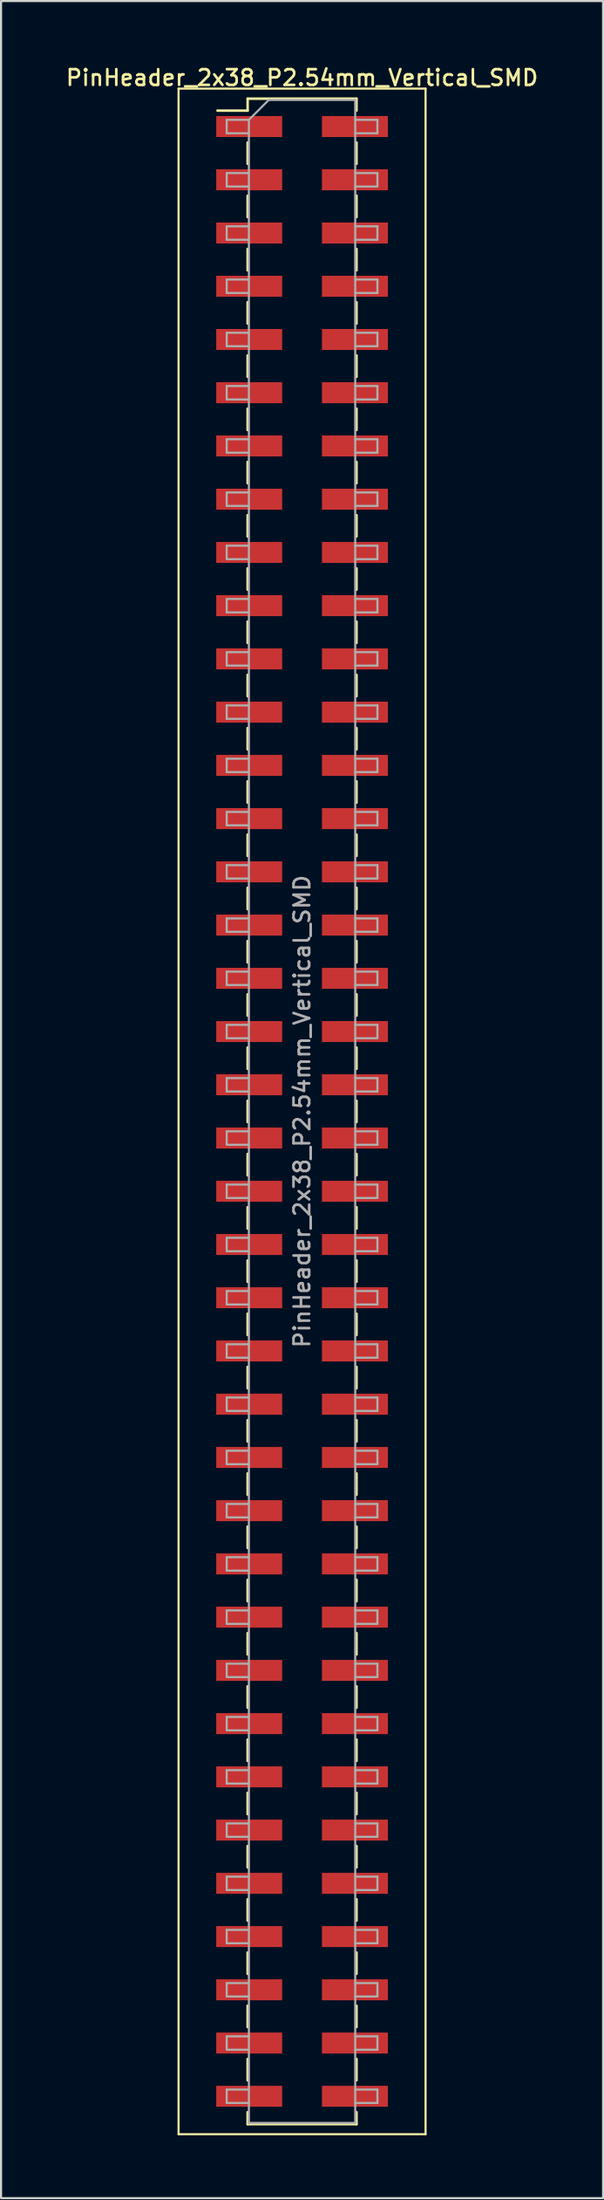
<source format=kicad_pcb>
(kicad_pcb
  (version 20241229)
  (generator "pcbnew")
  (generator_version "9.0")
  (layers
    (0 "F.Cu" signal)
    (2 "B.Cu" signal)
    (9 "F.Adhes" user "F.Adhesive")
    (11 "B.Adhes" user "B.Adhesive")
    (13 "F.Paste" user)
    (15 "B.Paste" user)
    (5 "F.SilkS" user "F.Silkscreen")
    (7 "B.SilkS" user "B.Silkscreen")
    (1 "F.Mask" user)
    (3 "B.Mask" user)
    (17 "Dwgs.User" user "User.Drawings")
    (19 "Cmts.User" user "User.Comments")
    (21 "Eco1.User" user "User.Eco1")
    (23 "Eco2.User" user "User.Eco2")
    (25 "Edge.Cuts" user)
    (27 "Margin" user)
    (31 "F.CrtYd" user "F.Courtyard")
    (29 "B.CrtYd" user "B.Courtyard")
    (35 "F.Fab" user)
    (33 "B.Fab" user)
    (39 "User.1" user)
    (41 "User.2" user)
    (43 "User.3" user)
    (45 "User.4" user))
  (footprint "PinHeader_2x38_P2.54mm_Vertical_SMD"
    (layer "F.Cu")
    (at 11.38 49.978)
    (property "Reference" "PinHeader_2x38_P2.54mm_Vertical_SMD" (at 0 -49.32 0) (layer "F.SilkS") (effects (font (size 0.75 0.75) (thickness 0.125))))
    (attr smd)
    (fp_line (start -5.9 -48.8) (end -5.9 48.8) (stroke (width 0.1) (type solid)) (layer "F.SilkS"))
    (fp_line (start -5.9 48.8) (end 5.9 48.8) (stroke (width 0.1) (type solid)) (layer "F.SilkS"))
    (fp_line (start -4.04 -47.75) (end -2.6 -47.75) (stroke (width 0.12) (type solid)) (layer "F.SilkS"))
    (fp_line (start -2.6 -48.32) (end -2.6 -47.75) (stroke (width 0.12) (type solid)) (layer "F.SilkS"))
    (fp_line (start -2.6 -48.32) (end 2.6 -48.32) (stroke (width 0.12) (type solid)) (layer "F.SilkS"))
    (fp_line (start -2.6 -46.23) (end -2.6 -45.21) (stroke (width 0.12) (type solid)) (layer "F.SilkS"))
    (fp_line (start -2.6 -43.69) (end -2.6 -42.67) (stroke (width 0.12) (type solid)) (layer "F.SilkS"))
    (fp_line (start -2.6 -41.15) (end -2.6 -40.13) (stroke (width 0.12) (type solid)) (layer "F.SilkS"))
    (fp_line (start -2.6 -38.61) (end -2.6 -37.59) (stroke (width 0.12) (type solid)) (layer "F.SilkS"))
    (fp_line (start -2.6 -36.07) (end -2.6 -35.05) (stroke (width 0.12) (type solid)) (layer "F.SilkS"))
    (fp_line (start -2.6 -33.53) (end -2.6 -32.51) (stroke (width 0.12) (type solid)) (layer "F.SilkS"))
    (fp_line (start -2.6 -30.99) (end -2.6 -29.97) (stroke (width 0.12) (type solid)) (layer "F.SilkS"))
    (fp_line (start -2.6 -28.45) (end -2.6 -27.43) (stroke (width 0.12) (type solid)) (layer "F.SilkS"))
    (fp_line (start -2.6 -25.91) (end -2.6 -24.89) (stroke (width 0.12) (type solid)) (layer "F.SilkS"))
    (fp_line (start -2.6 -23.37) (end -2.6 -22.35) (stroke (width 0.12) (type solid)) (layer "F.SilkS"))
    (fp_line (start -2.6 -20.83) (end -2.6 -19.81) (stroke (width 0.12) (type solid)) (layer "F.SilkS"))
    (fp_line (start -2.6 -18.29) (end -2.6 -17.27) (stroke (width 0.12) (type solid)) (layer "F.SilkS"))
    (fp_line (start -2.6 -15.75) (end -2.6 -14.73) (stroke (width 0.12) (type solid)) (layer "F.SilkS"))
    (fp_line (start -2.6 -13.21) (end -2.6 -12.19) (stroke (width 0.12) (type solid)) (layer "F.SilkS"))
    (fp_line (start -2.6 -10.67) (end -2.6 -9.65) (stroke (width 0.12) (type solid)) (layer "F.SilkS"))
    (fp_line (start -2.6 -8.13) (end -2.6 -7.11) (stroke (width 0.12) (type solid)) (layer "F.SilkS"))
    (fp_line (start -2.6 -5.59) (end -2.6 -4.57) (stroke (width 0.12) (type solid)) (layer "F.SilkS"))
    (fp_line (start -2.6 -3.05) (end -2.6 -2.03) (stroke (width 0.12) (type solid)) (layer "F.SilkS"))
    (fp_line (start -2.6 -0.51) (end -2.6 0.51) (stroke (width 0.12) (type solid)) (layer "F.SilkS"))
    (fp_line (start -2.6 2.03) (end -2.6 3.05) (stroke (width 0.12) (type solid)) (layer "F.SilkS"))
    (fp_line (start -2.6 4.57) (end -2.6 5.59) (stroke (width 0.12) (type solid)) (layer "F.SilkS"))
    (fp_line (start -2.6 7.11) (end -2.6 8.13) (stroke (width 0.12) (type solid)) (layer "F.SilkS"))
    (fp_line (start -2.6 9.65) (end -2.6 10.67) (stroke (width 0.12) (type solid)) (layer "F.SilkS"))
    (fp_line (start -2.6 12.19) (end -2.6 13.21) (stroke (width 0.12) (type solid)) (layer "F.SilkS"))
    (fp_line (start -2.6 14.73) (end -2.6 15.75) (stroke (width 0.12) (type solid)) (layer "F.SilkS"))
    (fp_line (start -2.6 17.27) (end -2.6 18.29) (stroke (width 0.12) (type solid)) (layer "F.SilkS"))
    (fp_line (start -2.6 19.81) (end -2.6 20.83) (stroke (width 0.12) (type solid)) (layer "F.SilkS"))
    (fp_line (start -2.6 22.35) (end -2.6 23.37) (stroke (width 0.12) (type solid)) (layer "F.SilkS"))
    (fp_line (start -2.6 24.89) (end -2.6 25.91) (stroke (width 0.12) (type solid)) (layer "F.SilkS"))
    (fp_line (start -2.6 27.43) (end -2.6 28.45) (stroke (width 0.12) (type solid)) (layer "F.SilkS"))
    (fp_line (start -2.6 29.97) (end -2.6 30.99) (stroke (width 0.12) (type solid)) (layer "F.SilkS"))
    (fp_line (start -2.6 32.51) (end -2.6 33.53) (stroke (width 0.12) (type solid)) (layer "F.SilkS"))
    (fp_line (start -2.6 35.05) (end -2.6 36.07) (stroke (width 0.12) (type solid)) (layer "F.SilkS"))
    (fp_line (start -2.6 37.59) (end -2.6 38.61) (stroke (width 0.12) (type solid)) (layer "F.SilkS"))
    (fp_line (start -2.6 40.13) (end -2.6 41.15) (stroke (width 0.12) (type solid)) (layer "F.SilkS"))
    (fp_line (start -2.6 42.67) (end -2.6 43.69) (stroke (width 0.12) (type solid)) (layer "F.SilkS"))
    (fp_line (start -2.6 45.21) (end -2.6 46.23) (stroke (width 0.12) (type solid)) (layer "F.SilkS"))
    (fp_line (start -2.6 47.75) (end -2.6 48.32) (stroke (width 0.12) (type solid)) (layer "F.SilkS"))
    (fp_line (start -2.6 48.32) (end 2.6 48.32) (stroke (width 0.12) (type solid)) (layer "F.SilkS"))
    (fp_line (start 2.6 -48.32) (end 2.6 -47.75) (stroke (width 0.12) (type solid)) (layer "F.SilkS"))
    (fp_line (start 2.6 -46.23) (end 2.6 -45.21) (stroke (width 0.12) (type solid)) (layer "F.SilkS"))
    (fp_line (start 2.6 -43.69) (end 2.6 -42.67) (stroke (width 0.12) (type solid)) (layer "F.SilkS"))
    (fp_line (start 2.6 -41.15) (end 2.6 -40.13) (stroke (width 0.12) (type solid)) (layer "F.SilkS"))
    (fp_line (start 2.6 -38.61) (end 2.6 -37.59) (stroke (width 0.12) (type solid)) (layer "F.SilkS"))
    (fp_line (start 2.6 -36.07) (end 2.6 -35.05) (stroke (width 0.12) (type solid)) (layer "F.SilkS"))
    (fp_line (start 2.6 -33.53) (end 2.6 -32.51) (stroke (width 0.12) (type solid)) (layer "F.SilkS"))
    (fp_line (start 2.6 -30.99) (end 2.6 -29.97) (stroke (width 0.12) (type solid)) (layer "F.SilkS"))
    (fp_line (start 2.6 -28.45) (end 2.6 -27.43) (stroke (width 0.12) (type solid)) (layer "F.SilkS"))
    (fp_line (start 2.6 -25.91) (end 2.6 -24.89) (stroke (width 0.12) (type solid)) (layer "F.SilkS"))
    (fp_line (start 2.6 -23.37) (end 2.6 -22.35) (stroke (width 0.12) (type solid)) (layer "F.SilkS"))
    (fp_line (start 2.6 -20.83) (end 2.6 -19.81) (stroke (width 0.12) (type solid)) (layer "F.SilkS"))
    (fp_line (start 2.6 -18.29) (end 2.6 -17.27) (stroke (width 0.12) (type solid)) (layer "F.SilkS"))
    (fp_line (start 2.6 -15.75) (end 2.6 -14.73) (stroke (width 0.12) (type solid)) (layer "F.SilkS"))
    (fp_line (start 2.6 -13.21) (end 2.6 -12.19) (stroke (width 0.12) (type solid)) (layer "F.SilkS"))
    (fp_line (start 2.6 -10.67) (end 2.6 -9.65) (stroke (width 0.12) (type solid)) (layer "F.SilkS"))
    (fp_line (start 2.6 -8.13) (end 2.6 -7.11) (stroke (width 0.12) (type solid)) (layer "F.SilkS"))
    (fp_line (start 2.6 -5.59) (end 2.6 -4.57) (stroke (width 0.12) (type solid)) (layer "F.SilkS"))
    (fp_line (start 2.6 -3.05) (end 2.6 -2.03) (stroke (width 0.12) (type solid)) (layer "F.SilkS"))
    (fp_line (start 2.6 -0.51) (end 2.6 0.51) (stroke (width 0.12) (type solid)) (layer "F.SilkS"))
    (fp_line (start 2.6 2.03) (end 2.6 3.05) (stroke (width 0.12) (type solid)) (layer "F.SilkS"))
    (fp_line (start 2.6 4.57) (end 2.6 5.59) (stroke (width 0.12) (type solid)) (layer "F.SilkS"))
    (fp_line (start 2.6 7.11) (end 2.6 8.13) (stroke (width 0.12) (type solid)) (layer "F.SilkS"))
    (fp_line (start 2.6 9.65) (end 2.6 10.67) (stroke (width 0.12) (type solid)) (layer "F.SilkS"))
    (fp_line (start 2.6 12.19) (end 2.6 13.21) (stroke (width 0.12) (type solid)) (layer "F.SilkS"))
    (fp_line (start 2.6 14.73) (end 2.6 15.75) (stroke (width 0.12) (type solid)) (layer "F.SilkS"))
    (fp_line (start 2.6 17.27) (end 2.6 18.29) (stroke (width 0.12) (type solid)) (layer "F.SilkS"))
    (fp_line (start 2.6 19.81) (end 2.6 20.83) (stroke (width 0.12) (type solid)) (layer "F.SilkS"))
    (fp_line (start 2.6 22.35) (end 2.6 23.37) (stroke (width 0.12) (type solid)) (layer "F.SilkS"))
    (fp_line (start 2.6 24.89) (end 2.6 25.91) (stroke (width 0.12) (type solid)) (layer "F.SilkS"))
    (fp_line (start 2.6 27.43) (end 2.6 28.45) (stroke (width 0.12) (type solid)) (layer "F.SilkS"))
    (fp_line (start 2.6 29.97) (end 2.6 30.99) (stroke (width 0.12) (type solid)) (layer "F.SilkS"))
    (fp_line (start 2.6 32.51) (end 2.6 33.53) (stroke (width 0.12) (type solid)) (layer "F.SilkS"))
    (fp_line (start 2.6 35.05) (end 2.6 36.07) (stroke (width 0.12) (type solid)) (layer "F.SilkS"))
    (fp_line (start 2.6 37.59) (end 2.6 38.61) (stroke (width 0.12) (type solid)) (layer "F.SilkS"))
    (fp_line (start 2.6 40.13) (end 2.6 41.15) (stroke (width 0.12) (type solid)) (layer "F.SilkS"))
    (fp_line (start 2.6 42.67) (end 2.6 43.69) (stroke (width 0.12) (type solid)) (layer "F.SilkS"))
    (fp_line (start 2.6 45.21) (end 2.6 46.23) (stroke (width 0.12) (type solid)) (layer "F.SilkS"))
    (fp_line (start 2.6 47.75) (end 2.6 48.32) (stroke (width 0.12) (type solid)) (layer "F.SilkS"))
    (fp_line (start 5.9 -48.8) (end -5.9 -48.8) (stroke (width 0.1) (type solid)) (layer "F.SilkS"))
    (fp_line (start 5.9 48.8) (end 5.9 -48.8) (stroke (width 0.1) (type solid)) (layer "F.SilkS"))
    (fp_line (start -3.6 -47.31) (end -3.6 -46.67) (stroke (width 0.1) (type solid)) (layer "F.Fab"))
    (fp_line (start -3.6 -46.67) (end -2.54 -46.67) (stroke (width 0.1) (type solid)) (layer "F.Fab"))
    (fp_line (start -3.6 -44.77) (end -3.6 -44.13) (stroke (width 0.1) (type solid)) (layer "F.Fab"))
    (fp_line (start -3.6 -44.13) (end -2.54 -44.13) (stroke (width 0.1) (type solid)) (layer "F.Fab"))
    (fp_line (start -3.6 -42.23) (end -3.6 -41.59) (stroke (width 0.1) (type solid)) (layer "F.Fab"))
    (fp_line (start -3.6 -41.59) (end -2.54 -41.59) (stroke (width 0.1) (type solid)) (layer "F.Fab"))
    (fp_line (start -3.6 -39.69) (end -3.6 -39.05) (stroke (width 0.1) (type solid)) (layer "F.Fab"))
    (fp_line (start -3.6 -39.05) (end -2.54 -39.05) (stroke (width 0.1) (type solid)) (layer "F.Fab"))
    (fp_line (start -3.6 -37.15) (end -3.6 -36.51) (stroke (width 0.1) (type solid)) (layer "F.Fab"))
    (fp_line (start -3.6 -36.51) (end -2.54 -36.51) (stroke (width 0.1) (type solid)) (layer "F.Fab"))
    (fp_line (start -3.6 -34.61) (end -3.6 -33.97) (stroke (width 0.1) (type solid)) (layer "F.Fab"))
    (fp_line (start -3.6 -33.97) (end -2.54 -33.97) (stroke (width 0.1) (type solid)) (layer "F.Fab"))
    (fp_line (start -3.6 -32.07) (end -3.6 -31.43) (stroke (width 0.1) (type solid)) (layer "F.Fab"))
    (fp_line (start -3.6 -31.43) (end -2.54 -31.43) (stroke (width 0.1) (type solid)) (layer "F.Fab"))
    (fp_line (start -3.6 -29.53) (end -3.6 -28.89) (stroke (width 0.1) (type solid)) (layer "F.Fab"))
    (fp_line (start -3.6 -28.89) (end -2.54 -28.89) (stroke (width 0.1) (type solid)) (layer "F.Fab"))
    (fp_line (start -3.6 -26.99) (end -3.6 -26.35) (stroke (width 0.1) (type solid)) (layer "F.Fab"))
    (fp_line (start -3.6 -26.35) (end -2.54 -26.35) (stroke (width 0.1) (type solid)) (layer "F.Fab"))
    (fp_line (start -3.6 -24.45) (end -3.6 -23.81) (stroke (width 0.1) (type solid)) (layer "F.Fab"))
    (fp_line (start -3.6 -23.81) (end -2.54 -23.81) (stroke (width 0.1) (type solid)) (layer "F.Fab"))
    (fp_line (start -3.6 -21.91) (end -3.6 -21.27) (stroke (width 0.1) (type solid)) (layer "F.Fab"))
    (fp_line (start -3.6 -21.27) (end -2.54 -21.27) (stroke (width 0.1) (type solid)) (layer "F.Fab"))
    (fp_line (start -3.6 -19.37) (end -3.6 -18.73) (stroke (width 0.1) (type solid)) (layer "F.Fab"))
    (fp_line (start -3.6 -18.73) (end -2.54 -18.73) (stroke (width 0.1) (type solid)) (layer "F.Fab"))
    (fp_line (start -3.6 -16.83) (end -3.6 -16.19) (stroke (width 0.1) (type solid)) (layer "F.Fab"))
    (fp_line (start -3.6 -16.19) (end -2.54 -16.19) (stroke (width 0.1) (type solid)) (layer "F.Fab"))
    (fp_line (start -3.6 -14.29) (end -3.6 -13.65) (stroke (width 0.1) (type solid)) (layer "F.Fab"))
    (fp_line (start -3.6 -13.65) (end -2.54 -13.65) (stroke (width 0.1) (type solid)) (layer "F.Fab"))
    (fp_line (start -3.6 -11.75) (end -3.6 -11.11) (stroke (width 0.1) (type solid)) (layer "F.Fab"))
    (fp_line (start -3.6 -11.11) (end -2.54 -11.11) (stroke (width 0.1) (type solid)) (layer "F.Fab"))
    (fp_line (start -3.6 -9.21) (end -3.6 -8.57) (stroke (width 0.1) (type solid)) (layer "F.Fab"))
    (fp_line (start -3.6 -8.57) (end -2.54 -8.57) (stroke (width 0.1) (type solid)) (layer "F.Fab"))
    (fp_line (start -3.6 -6.67) (end -3.6 -6.03) (stroke (width 0.1) (type solid)) (layer "F.Fab"))
    (fp_line (start -3.6 -6.03) (end -2.54 -6.03) (stroke (width 0.1) (type solid)) (layer "F.Fab"))
    (fp_line (start -3.6 -4.13) (end -3.6 -3.49) (stroke (width 0.1) (type solid)) (layer "F.Fab"))
    (fp_line (start -3.6 -3.49) (end -2.54 -3.49) (stroke (width 0.1) (type solid)) (layer "F.Fab"))
    (fp_line (start -3.6 -1.59) (end -3.6 -0.95) (stroke (width 0.1) (type solid)) (layer "F.Fab"))
    (fp_line (start -3.6 -0.95) (end -2.54 -0.95) (stroke (width 0.1) (type solid)) (layer "F.Fab"))
    (fp_line (start -3.6 0.95) (end -3.6 1.59) (stroke (width 0.1) (type solid)) (layer "F.Fab"))
    (fp_line (start -3.6 1.59) (end -2.54 1.59) (stroke (width 0.1) (type solid)) (layer "F.Fab"))
    (fp_line (start -3.6 3.49) (end -3.6 4.13) (stroke (width 0.1) (type solid)) (layer "F.Fab"))
    (fp_line (start -3.6 4.13) (end -2.54 4.13) (stroke (width 0.1) (type solid)) (layer "F.Fab"))
    (fp_line (start -3.6 6.03) (end -3.6 6.67) (stroke (width 0.1) (type solid)) (layer "F.Fab"))
    (fp_line (start -3.6 6.67) (end -2.54 6.67) (stroke (width 0.1) (type solid)) (layer "F.Fab"))
    (fp_line (start -3.6 8.57) (end -3.6 9.21) (stroke (width 0.1) (type solid)) (layer "F.Fab"))
    (fp_line (start -3.6 9.21) (end -2.54 9.21) (stroke (width 0.1) (type solid)) (layer "F.Fab"))
    (fp_line (start -3.6 11.11) (end -3.6 11.75) (stroke (width 0.1) (type solid)) (layer "F.Fab"))
    (fp_line (start -3.6 11.75) (end -2.54 11.75) (stroke (width 0.1) (type solid)) (layer "F.Fab"))
    (fp_line (start -3.6 13.65) (end -3.6 14.29) (stroke (width 0.1) (type solid)) (layer "F.Fab"))
    (fp_line (start -3.6 14.29) (end -2.54 14.29) (stroke (width 0.1) (type solid)) (layer "F.Fab"))
    (fp_line (start -3.6 16.19) (end -3.6 16.83) (stroke (width 0.1) (type solid)) (layer "F.Fab"))
    (fp_line (start -3.6 16.83) (end -2.54 16.83) (stroke (width 0.1) (type solid)) (layer "F.Fab"))
    (fp_line (start -3.6 18.73) (end -3.6 19.37) (stroke (width 0.1) (type solid)) (layer "F.Fab"))
    (fp_line (start -3.6 19.37) (end -2.54 19.37) (stroke (width 0.1) (type solid)) (layer "F.Fab"))
    (fp_line (start -3.6 21.27) (end -3.6 21.91) (stroke (width 0.1) (type solid)) (layer "F.Fab"))
    (fp_line (start -3.6 21.91) (end -2.54 21.91) (stroke (width 0.1) (type solid)) (layer "F.Fab"))
    (fp_line (start -3.6 23.81) (end -3.6 24.45) (stroke (width 0.1) (type solid)) (layer "F.Fab"))
    (fp_line (start -3.6 24.45) (end -2.54 24.45) (stroke (width 0.1) (type solid)) (layer "F.Fab"))
    (fp_line (start -3.6 26.35) (end -3.6 26.99) (stroke (width 0.1) (type solid)) (layer "F.Fab"))
    (fp_line (start -3.6 26.99) (end -2.54 26.99) (stroke (width 0.1) (type solid)) (layer "F.Fab"))
    (fp_line (start -3.6 28.89) (end -3.6 29.53) (stroke (width 0.1) (type solid)) (layer "F.Fab"))
    (fp_line (start -3.6 29.53) (end -2.54 29.53) (stroke (width 0.1) (type solid)) (layer "F.Fab"))
    (fp_line (start -3.6 31.43) (end -3.6 32.07) (stroke (width 0.1) (type solid)) (layer "F.Fab"))
    (fp_line (start -3.6 32.07) (end -2.54 32.07) (stroke (width 0.1) (type solid)) (layer "F.Fab"))
    (fp_line (start -3.6 33.97) (end -3.6 34.61) (stroke (width 0.1) (type solid)) (layer "F.Fab"))
    (fp_line (start -3.6 34.61) (end -2.54 34.61) (stroke (width 0.1) (type solid)) (layer "F.Fab"))
    (fp_line (start -3.6 36.51) (end -3.6 37.15) (stroke (width 0.1) (type solid)) (layer "F.Fab"))
    (fp_line (start -3.6 37.15) (end -2.54 37.15) (stroke (width 0.1) (type solid)) (layer "F.Fab"))
    (fp_line (start -3.6 39.05) (end -3.6 39.69) (stroke (width 0.1) (type solid)) (layer "F.Fab"))
    (fp_line (start -3.6 39.69) (end -2.54 39.69) (stroke (width 0.1) (type solid)) (layer "F.Fab"))
    (fp_line (start -3.6 41.59) (end -3.6 42.23) (stroke (width 0.1) (type solid)) (layer "F.Fab"))
    (fp_line (start -3.6 42.23) (end -2.54 42.23) (stroke (width 0.1) (type solid)) (layer "F.Fab"))
    (fp_line (start -3.6 44.13) (end -3.6 44.77) (stroke (width 0.1) (type solid)) (layer "F.Fab"))
    (fp_line (start -3.6 44.77) (end -2.54 44.77) (stroke (width 0.1) (type solid)) (layer "F.Fab"))
    (fp_line (start -3.6 46.67) (end -3.6 47.31) (stroke (width 0.1) (type solid)) (layer "F.Fab"))
    (fp_line (start -3.6 47.31) (end -2.54 47.31) (stroke (width 0.1) (type solid)) (layer "F.Fab"))
    (fp_line (start -2.54 -47.31) (end -3.6 -47.31) (stroke (width 0.1) (type solid)) (layer "F.Fab"))
    (fp_line (start -2.54 -47.31) (end -1.59 -48.26) (stroke (width 0.1) (type solid)) (layer "F.Fab"))
    (fp_line (start -2.54 -44.77) (end -3.6 -44.77) (stroke (width 0.1) (type solid)) (layer "F.Fab"))
    (fp_line (start -2.54 -42.23) (end -3.6 -42.23) (stroke (width 0.1) (type solid)) (layer "F.Fab"))
    (fp_line (start -2.54 -39.69) (end -3.6 -39.69) (stroke (width 0.1) (type solid)) (layer "F.Fab"))
    (fp_line (start -2.54 -37.15) (end -3.6 -37.15) (stroke (width 0.1) (type solid)) (layer "F.Fab"))
    (fp_line (start -2.54 -34.61) (end -3.6 -34.61) (stroke (width 0.1) (type solid)) (layer "F.Fab"))
    (fp_line (start -2.54 -32.07) (end -3.6 -32.07) (stroke (width 0.1) (type solid)) (layer "F.Fab"))
    (fp_line (start -2.54 -29.53) (end -3.6 -29.53) (stroke (width 0.1) (type solid)) (layer "F.Fab"))
    (fp_line (start -2.54 -26.99) (end -3.6 -26.99) (stroke (width 0.1) (type solid)) (layer "F.Fab"))
    (fp_line (start -2.54 -24.45) (end -3.6 -24.45) (stroke (width 0.1) (type solid)) (layer "F.Fab"))
    (fp_line (start -2.54 -21.91) (end -3.6 -21.91) (stroke (width 0.1) (type solid)) (layer "F.Fab"))
    (fp_line (start -2.54 -19.37) (end -3.6 -19.37) (stroke (width 0.1) (type solid)) (layer "F.Fab"))
    (fp_line (start -2.54 -16.83) (end -3.6 -16.83) (stroke (width 0.1) (type solid)) (layer "F.Fab"))
    (fp_line (start -2.54 -14.29) (end -3.6 -14.29) (stroke (width 0.1) (type solid)) (layer "F.Fab"))
    (fp_line (start -2.54 -11.75) (end -3.6 -11.75) (stroke (width 0.1) (type solid)) (layer "F.Fab"))
    (fp_line (start -2.54 -9.21) (end -3.6 -9.21) (stroke (width 0.1) (type solid)) (layer "F.Fab"))
    (fp_line (start -2.54 -6.67) (end -3.6 -6.67) (stroke (width 0.1) (type solid)) (layer "F.Fab"))
    (fp_line (start -2.54 -4.13) (end -3.6 -4.13) (stroke (width 0.1) (type solid)) (layer "F.Fab"))
    (fp_line (start -2.54 -1.59) (end -3.6 -1.59) (stroke (width 0.1) (type solid)) (layer "F.Fab"))
    (fp_line (start -2.54 0.95) (end -3.6 0.95) (stroke (width 0.1) (type solid)) (layer "F.Fab"))
    (fp_line (start -2.54 3.49) (end -3.6 3.49) (stroke (width 0.1) (type solid)) (layer "F.Fab"))
    (fp_line (start -2.54 6.03) (end -3.6 6.03) (stroke (width 0.1) (type solid)) (layer "F.Fab"))
    (fp_line (start -2.54 8.57) (end -3.6 8.57) (stroke (width 0.1) (type solid)) (layer "F.Fab"))
    (fp_line (start -2.54 11.11) (end -3.6 11.11) (stroke (width 0.1) (type solid)) (layer "F.Fab"))
    (fp_line (start -2.54 13.65) (end -3.6 13.65) (stroke (width 0.1) (type solid)) (layer "F.Fab"))
    (fp_line (start -2.54 16.19) (end -3.6 16.19) (stroke (width 0.1) (type solid)) (layer "F.Fab"))
    (fp_line (start -2.54 18.73) (end -3.6 18.73) (stroke (width 0.1) (type solid)) (layer "F.Fab"))
    (fp_line (start -2.54 21.27) (end -3.6 21.27) (stroke (width 0.1) (type solid)) (layer "F.Fab"))
    (fp_line (start -2.54 23.81) (end -3.6 23.81) (stroke (width 0.1) (type solid)) (layer "F.Fab"))
    (fp_line (start -2.54 26.35) (end -3.6 26.35) (stroke (width 0.1) (type solid)) (layer "F.Fab"))
    (fp_line (start -2.54 28.89) (end -3.6 28.89) (stroke (width 0.1) (type solid)) (layer "F.Fab"))
    (fp_line (start -2.54 31.43) (end -3.6 31.43) (stroke (width 0.1) (type solid)) (layer "F.Fab"))
    (fp_line (start -2.54 33.97) (end -3.6 33.97) (stroke (width 0.1) (type solid)) (layer "F.Fab"))
    (fp_line (start -2.54 36.51) (end -3.6 36.51) (stroke (width 0.1) (type solid)) (layer "F.Fab"))
    (fp_line (start -2.54 39.05) (end -3.6 39.05) (stroke (width 0.1) (type solid)) (layer "F.Fab"))
    (fp_line (start -2.54 41.59) (end -3.6 41.59) (stroke (width 0.1) (type solid)) (layer "F.Fab"))
    (fp_line (start -2.54 44.13) (end -3.6 44.13) (stroke (width 0.1) (type solid)) (layer "F.Fab"))
    (fp_line (start -2.54 46.67) (end -3.6 46.67) (stroke (width 0.1) (type solid)) (layer "F.Fab"))
    (fp_line (start -2.54 48.26) (end -2.54 -47.31) (stroke (width 0.1) (type solid)) (layer "F.Fab"))
    (fp_line (start -1.59 -48.26) (end 2.54 -48.26) (stroke (width 0.1) (type solid)) (layer "F.Fab"))
    (fp_line (start 2.54 -48.26) (end 2.54 48.26) (stroke (width 0.1) (type solid)) (layer "F.Fab"))
    (fp_line (start 2.54 -47.31) (end 3.6 -47.31) (stroke (width 0.1) (type solid)) (layer "F.Fab"))
    (fp_line (start 2.54 -44.77) (end 3.6 -44.77) (stroke (width 0.1) (type solid)) (layer "F.Fab"))
    (fp_line (start 2.54 -42.23) (end 3.6 -42.23) (stroke (width 0.1) (type solid)) (layer "F.Fab"))
    (fp_line (start 2.54 -39.69) (end 3.6 -39.69) (stroke (width 0.1) (type solid)) (layer "F.Fab"))
    (fp_line (start 2.54 -37.15) (end 3.6 -37.15) (stroke (width 0.1) (type solid)) (layer "F.Fab"))
    (fp_line (start 2.54 -34.61) (end 3.6 -34.61) (stroke (width 0.1) (type solid)) (layer "F.Fab"))
    (fp_line (start 2.54 -32.07) (end 3.6 -32.07) (stroke (width 0.1) (type solid)) (layer "F.Fab"))
    (fp_line (start 2.54 -29.53) (end 3.6 -29.53) (stroke (width 0.1) (type solid)) (layer "F.Fab"))
    (fp_line (start 2.54 -26.99) (end 3.6 -26.99) (stroke (width 0.1) (type solid)) (layer "F.Fab"))
    (fp_line (start 2.54 -24.45) (end 3.6 -24.45) (stroke (width 0.1) (type solid)) (layer "F.Fab"))
    (fp_line (start 2.54 -21.91) (end 3.6 -21.91) (stroke (width 0.1) (type solid)) (layer "F.Fab"))
    (fp_line (start 2.54 -19.37) (end 3.6 -19.37) (stroke (width 0.1) (type solid)) (layer "F.Fab"))
    (fp_line (start 2.54 -16.83) (end 3.6 -16.83) (stroke (width 0.1) (type solid)) (layer "F.Fab"))
    (fp_line (start 2.54 -14.29) (end 3.6 -14.29) (stroke (width 0.1) (type solid)) (layer "F.Fab"))
    (fp_line (start 2.54 -11.75) (end 3.6 -11.75) (stroke (width 0.1) (type solid)) (layer "F.Fab"))
    (fp_line (start 2.54 -9.21) (end 3.6 -9.21) (stroke (width 0.1) (type solid)) (layer "F.Fab"))
    (fp_line (start 2.54 -6.67) (end 3.6 -6.67) (stroke (width 0.1) (type solid)) (layer "F.Fab"))
    (fp_line (start 2.54 -4.13) (end 3.6 -4.13) (stroke (width 0.1) (type solid)) (layer "F.Fab"))
    (fp_line (start 2.54 -1.59) (end 3.6 -1.59) (stroke (width 0.1) (type solid)) (layer "F.Fab"))
    (fp_line (start 2.54 0.95) (end 3.6 0.95) (stroke (width 0.1) (type solid)) (layer "F.Fab"))
    (fp_line (start 2.54 3.49) (end 3.6 3.49) (stroke (width 0.1) (type solid)) (layer "F.Fab"))
    (fp_line (start 2.54 6.03) (end 3.6 6.03) (stroke (width 0.1) (type solid)) (layer "F.Fab"))
    (fp_line (start 2.54 8.57) (end 3.6 8.57) (stroke (width 0.1) (type solid)) (layer "F.Fab"))
    (fp_line (start 2.54 11.11) (end 3.6 11.11) (stroke (width 0.1) (type solid)) (layer "F.Fab"))
    (fp_line (start 2.54 13.65) (end 3.6 13.65) (stroke (width 0.1) (type solid)) (layer "F.Fab"))
    (fp_line (start 2.54 16.19) (end 3.6 16.19) (stroke (width 0.1) (type solid)) (layer "F.Fab"))
    (fp_line (start 2.54 18.73) (end 3.6 18.73) (stroke (width 0.1) (type solid)) (layer "F.Fab"))
    (fp_line (start 2.54 21.27) (end 3.6 21.27) (stroke (width 0.1) (type solid)) (layer "F.Fab"))
    (fp_line (start 2.54 23.81) (end 3.6 23.81) (stroke (width 0.1) (type solid)) (layer "F.Fab"))
    (fp_line (start 2.54 26.35) (end 3.6 26.35) (stroke (width 0.1) (type solid)) (layer "F.Fab"))
    (fp_line (start 2.54 28.89) (end 3.6 28.89) (stroke (width 0.1) (type solid)) (layer "F.Fab"))
    (fp_line (start 2.54 31.43) (end 3.6 31.43) (stroke (width 0.1) (type solid)) (layer "F.Fab"))
    (fp_line (start 2.54 33.97) (end 3.6 33.97) (stroke (width 0.1) (type solid)) (layer "F.Fab"))
    (fp_line (start 2.54 36.51) (end 3.6 36.51) (stroke (width 0.1) (type solid)) (layer "F.Fab"))
    (fp_line (start 2.54 39.05) (end 3.6 39.05) (stroke (width 0.1) (type solid)) (layer "F.Fab"))
    (fp_line (start 2.54 41.59) (end 3.6 41.59) (stroke (width 0.1) (type solid)) (layer "F.Fab"))
    (fp_line (start 2.54 44.13) (end 3.6 44.13) (stroke (width 0.1) (type solid)) (layer "F.Fab"))
    (fp_line (start 2.54 46.67) (end 3.6 46.67) (stroke (width 0.1) (type solid)) (layer "F.Fab"))
    (fp_line (start 2.54 48.26) (end -2.54 48.26) (stroke (width 0.1) (type solid)) (layer "F.Fab"))
    (fp_line (start 3.6 -47.31) (end 3.6 -46.67) (stroke (width 0.1) (type solid)) (layer "F.Fab"))
    (fp_line (start 3.6 -46.67) (end 2.54 -46.67) (stroke (width 0.1) (type solid)) (layer "F.Fab"))
    (fp_line (start 3.6 -44.77) (end 3.6 -44.13) (stroke (width 0.1) (type solid)) (layer "F.Fab"))
    (fp_line (start 3.6 -44.13) (end 2.54 -44.13) (stroke (width 0.1) (type solid)) (layer "F.Fab"))
    (fp_line (start 3.6 -42.23) (end 3.6 -41.59) (stroke (width 0.1) (type solid)) (layer "F.Fab"))
    (fp_line (start 3.6 -41.59) (end 2.54 -41.59) (stroke (width 0.1) (type solid)) (layer "F.Fab"))
    (fp_line (start 3.6 -39.69) (end 3.6 -39.05) (stroke (width 0.1) (type solid)) (layer "F.Fab"))
    (fp_line (start 3.6 -39.05) (end 2.54 -39.05) (stroke (width 0.1) (type solid)) (layer "F.Fab"))
    (fp_line (start 3.6 -37.15) (end 3.6 -36.51) (stroke (width 0.1) (type solid)) (layer "F.Fab"))
    (fp_line (start 3.6 -36.51) (end 2.54 -36.51) (stroke (width 0.1) (type solid)) (layer "F.Fab"))
    (fp_line (start 3.6 -34.61) (end 3.6 -33.97) (stroke (width 0.1) (type solid)) (layer "F.Fab"))
    (fp_line (start 3.6 -33.97) (end 2.54 -33.97) (stroke (width 0.1) (type solid)) (layer "F.Fab"))
    (fp_line (start 3.6 -32.07) (end 3.6 -31.43) (stroke (width 0.1) (type solid)) (layer "F.Fab"))
    (fp_line (start 3.6 -31.43) (end 2.54 -31.43) (stroke (width 0.1) (type solid)) (layer "F.Fab"))
    (fp_line (start 3.6 -29.53) (end 3.6 -28.89) (stroke (width 0.1) (type solid)) (layer "F.Fab"))
    (fp_line (start 3.6 -28.89) (end 2.54 -28.89) (stroke (width 0.1) (type solid)) (layer "F.Fab"))
    (fp_line (start 3.6 -26.99) (end 3.6 -26.35) (stroke (width 0.1) (type solid)) (layer "F.Fab"))
    (fp_line (start 3.6 -26.35) (end 2.54 -26.35) (stroke (width 0.1) (type solid)) (layer "F.Fab"))
    (fp_line (start 3.6 -24.45) (end 3.6 -23.81) (stroke (width 0.1) (type solid)) (layer "F.Fab"))
    (fp_line (start 3.6 -23.81) (end 2.54 -23.81) (stroke (width 0.1) (type solid)) (layer "F.Fab"))
    (fp_line (start 3.6 -21.91) (end 3.6 -21.27) (stroke (width 0.1) (type solid)) (layer "F.Fab"))
    (fp_line (start 3.6 -21.27) (end 2.54 -21.27) (stroke (width 0.1) (type solid)) (layer "F.Fab"))
    (fp_line (start 3.6 -19.37) (end 3.6 -18.73) (stroke (width 0.1) (type solid)) (layer "F.Fab"))
    (fp_line (start 3.6 -18.73) (end 2.54 -18.73) (stroke (width 0.1) (type solid)) (layer "F.Fab"))
    (fp_line (start 3.6 -16.83) (end 3.6 -16.19) (stroke (width 0.1) (type solid)) (layer "F.Fab"))
    (fp_line (start 3.6 -16.19) (end 2.54 -16.19) (stroke (width 0.1) (type solid)) (layer "F.Fab"))
    (fp_line (start 3.6 -14.29) (end 3.6 -13.65) (stroke (width 0.1) (type solid)) (layer "F.Fab"))
    (fp_line (start 3.6 -13.65) (end 2.54 -13.65) (stroke (width 0.1) (type solid)) (layer "F.Fab"))
    (fp_line (start 3.6 -11.75) (end 3.6 -11.11) (stroke (width 0.1) (type solid)) (layer "F.Fab"))
    (fp_line (start 3.6 -11.11) (end 2.54 -11.11) (stroke (width 0.1) (type solid)) (layer "F.Fab"))
    (fp_line (start 3.6 -9.21) (end 3.6 -8.57) (stroke (width 0.1) (type solid)) (layer "F.Fab"))
    (fp_line (start 3.6 -8.57) (end 2.54 -8.57) (stroke (width 0.1) (type solid)) (layer "F.Fab"))
    (fp_line (start 3.6 -6.67) (end 3.6 -6.03) (stroke (width 0.1) (type solid)) (layer "F.Fab"))
    (fp_line (start 3.6 -6.03) (end 2.54 -6.03) (stroke (width 0.1) (type solid)) (layer "F.Fab"))
    (fp_line (start 3.6 -4.13) (end 3.6 -3.49) (stroke (width 0.1) (type solid)) (layer "F.Fab"))
    (fp_line (start 3.6 -3.49) (end 2.54 -3.49) (stroke (width 0.1) (type solid)) (layer "F.Fab"))
    (fp_line (start 3.6 -1.59) (end 3.6 -0.95) (stroke (width 0.1) (type solid)) (layer "F.Fab"))
    (fp_line (start 3.6 -0.95) (end 2.54 -0.95) (stroke (width 0.1) (type solid)) (layer "F.Fab"))
    (fp_line (start 3.6 0.95) (end 3.6 1.59) (stroke (width 0.1) (type solid)) (layer "F.Fab"))
    (fp_line (start 3.6 1.59) (end 2.54 1.59) (stroke (width 0.1) (type solid)) (layer "F.Fab"))
    (fp_line (start 3.6 3.49) (end 3.6 4.13) (stroke (width 0.1) (type solid)) (layer "F.Fab"))
    (fp_line (start 3.6 4.13) (end 2.54 4.13) (stroke (width 0.1) (type solid)) (layer "F.Fab"))
    (fp_line (start 3.6 6.03) (end 3.6 6.67) (stroke (width 0.1) (type solid)) (layer "F.Fab"))
    (fp_line (start 3.6 6.67) (end 2.54 6.67) (stroke (width 0.1) (type solid)) (layer "F.Fab"))
    (fp_line (start 3.6 8.57) (end 3.6 9.21) (stroke (width 0.1) (type solid)) (layer "F.Fab"))
    (fp_line (start 3.6 9.21) (end 2.54 9.21) (stroke (width 0.1) (type solid)) (layer "F.Fab"))
    (fp_line (start 3.6 11.11) (end 3.6 11.75) (stroke (width 0.1) (type solid)) (layer "F.Fab"))
    (fp_line (start 3.6 11.75) (end 2.54 11.75) (stroke (width 0.1) (type solid)) (layer "F.Fab"))
    (fp_line (start 3.6 13.65) (end 3.6 14.29) (stroke (width 0.1) (type solid)) (layer "F.Fab"))
    (fp_line (start 3.6 14.29) (end 2.54 14.29) (stroke (width 0.1) (type solid)) (layer "F.Fab"))
    (fp_line (start 3.6 16.19) (end 3.6 16.83) (stroke (width 0.1) (type solid)) (layer "F.Fab"))
    (fp_line (start 3.6 16.83) (end 2.54 16.83) (stroke (width 0.1) (type solid)) (layer "F.Fab"))
    (fp_line (start 3.6 18.73) (end 3.6 19.37) (stroke (width 0.1) (type solid)) (layer "F.Fab"))
    (fp_line (start 3.6 19.37) (end 2.54 19.37) (stroke (width 0.1) (type solid)) (layer "F.Fab"))
    (fp_line (start 3.6 21.27) (end 3.6 21.91) (stroke (width 0.1) (type solid)) (layer "F.Fab"))
    (fp_line (start 3.6 21.91) (end 2.54 21.91) (stroke (width 0.1) (type solid)) (layer "F.Fab"))
    (fp_line (start 3.6 23.81) (end 3.6 24.45) (stroke (width 0.1) (type solid)) (layer "F.Fab"))
    (fp_line (start 3.6 24.45) (end 2.54 24.45) (stroke (width 0.1) (type solid)) (layer "F.Fab"))
    (fp_line (start 3.6 26.35) (end 3.6 26.99) (stroke (width 0.1) (type solid)) (layer "F.Fab"))
    (fp_line (start 3.6 26.99) (end 2.54 26.99) (stroke (width 0.1) (type solid)) (layer "F.Fab"))
    (fp_line (start 3.6 28.89) (end 3.6 29.53) (stroke (width 0.1) (type solid)) (layer "F.Fab"))
    (fp_line (start 3.6 29.53) (end 2.54 29.53) (stroke (width 0.1) (type solid)) (layer "F.Fab"))
    (fp_line (start 3.6 31.43) (end 3.6 32.07) (stroke (width 0.1) (type solid)) (layer "F.Fab"))
    (fp_line (start 3.6 32.07) (end 2.54 32.07) (stroke (width 0.1) (type solid)) (layer "F.Fab"))
    (fp_line (start 3.6 33.97) (end 3.6 34.61) (stroke (width 0.1) (type solid)) (layer "F.Fab"))
    (fp_line (start 3.6 34.61) (end 2.54 34.61) (stroke (width 0.1) (type solid)) (layer "F.Fab"))
    (fp_line (start 3.6 36.51) (end 3.6 37.15) (stroke (width 0.1) (type solid)) (layer "F.Fab"))
    (fp_line (start 3.6 37.15) (end 2.54 37.15) (stroke (width 0.1) (type solid)) (layer "F.Fab"))
    (fp_line (start 3.6 39.05) (end 3.6 39.69) (stroke (width 0.1) (type solid)) (layer "F.Fab"))
    (fp_line (start 3.6 39.69) (end 2.54 39.69) (stroke (width 0.1) (type solid)) (layer "F.Fab"))
    (fp_line (start 3.6 41.59) (end 3.6 42.23) (stroke (width 0.1) (type solid)) (layer "F.Fab"))
    (fp_line (start 3.6 42.23) (end 2.54 42.23) (stroke (width 0.1) (type solid)) (layer "F.Fab"))
    (fp_line (start 3.6 44.13) (end 3.6 44.77) (stroke (width 0.1) (type solid)) (layer "F.Fab"))
    (fp_line (start 3.6 44.77) (end 2.54 44.77) (stroke (width 0.1) (type solid)) (layer "F.Fab"))
    (fp_line (start 3.6 46.67) (end 3.6 47.31) (stroke (width 0.1) (type solid)) (layer "F.Fab"))
    (fp_line (start 3.6 47.31) (end 2.54 47.31) (stroke (width 0.1) (type solid)) (layer "F.Fab"))
    (fp_text user "${REFERENCE}" (at 0 0 90) (layer "F.Fab") (effects (font (size 0.75 0.75) (thickness 0.125))))
    (pad "1" smd rect (at -2.525 -46.99) (size 3.15 1) (layers "F.Cu" "F.Mask" "F.Paste"))
    (pad "2" smd rect (at 2.525 -46.99) (size 3.15 1) (layers "F.Cu" "F.Mask" "F.Paste"))
    (pad "3" smd rect (at -2.525 -44.45) (size 3.15 1) (layers "F.Cu" "F.Mask" "F.Paste"))
    (pad "4" smd rect (at 2.525 -44.45) (size 3.15 1) (layers "F.Cu" "F.Mask" "F.Paste"))
    (pad "5" smd rect (at -2.525 -41.91) (size 3.15 1) (layers "F.Cu" "F.Mask" "F.Paste"))
    (pad "6" smd rect (at 2.525 -41.91) (size 3.15 1) (layers "F.Cu" "F.Mask" "F.Paste"))
    (pad "7" smd rect (at -2.525 -39.37) (size 3.15 1) (layers "F.Cu" "F.Mask" "F.Paste"))
    (pad "8" smd rect (at 2.525 -39.37) (size 3.15 1) (layers "F.Cu" "F.Mask" "F.Paste"))
    (pad "9" smd rect (at -2.525 -36.83) (size 3.15 1) (layers "F.Cu" "F.Mask" "F.Paste"))
    (pad "10" smd rect (at 2.525 -36.83) (size 3.15 1) (layers "F.Cu" "F.Mask" "F.Paste"))
    (pad "11" smd rect (at -2.525 -34.29) (size 3.15 1) (layers "F.Cu" "F.Mask" "F.Paste"))
    (pad "12" smd rect (at 2.525 -34.29) (size 3.15 1) (layers "F.Cu" "F.Mask" "F.Paste"))
    (pad "13" smd rect (at -2.525 -31.75) (size 3.15 1) (layers "F.Cu" "F.Mask" "F.Paste"))
    (pad "14" smd rect (at 2.525 -31.75) (size 3.15 1) (layers "F.Cu" "F.Mask" "F.Paste"))
    (pad "15" smd rect (at -2.525 -29.21) (size 3.15 1) (layers "F.Cu" "F.Mask" "F.Paste"))
    (pad "16" smd rect (at 2.525 -29.21) (size 3.15 1) (layers "F.Cu" "F.Mask" "F.Paste"))
    (pad "17" smd rect (at -2.525 -26.67) (size 3.15 1) (layers "F.Cu" "F.Mask" "F.Paste"))
    (pad "18" smd rect (at 2.525 -26.67) (size 3.15 1) (layers "F.Cu" "F.Mask" "F.Paste"))
    (pad "19" smd rect (at -2.525 -24.13) (size 3.15 1) (layers "F.Cu" "F.Mask" "F.Paste"))
    (pad "20" smd rect (at 2.525 -24.13) (size 3.15 1) (layers "F.Cu" "F.Mask" "F.Paste"))
    (pad "21" smd rect (at -2.525 -21.59) (size 3.15 1) (layers "F.Cu" "F.Mask" "F.Paste"))
    (pad "22" smd rect (at 2.525 -21.59) (size 3.15 1) (layers "F.Cu" "F.Mask" "F.Paste"))
    (pad "23" smd rect (at -2.525 -19.05) (size 3.15 1) (layers "F.Cu" "F.Mask" "F.Paste"))
    (pad "24" smd rect (at 2.525 -19.05) (size 3.15 1) (layers "F.Cu" "F.Mask" "F.Paste"))
    (pad "25" smd rect (at -2.525 -16.51) (size 3.15 1) (layers "F.Cu" "F.Mask" "F.Paste"))
    (pad "26" smd rect (at 2.525 -16.51) (size 3.15 1) (layers "F.Cu" "F.Mask" "F.Paste"))
    (pad "27" smd rect (at -2.525 -13.97) (size 3.15 1) (layers "F.Cu" "F.Mask" "F.Paste"))
    (pad "28" smd rect (at 2.525 -13.97) (size 3.15 1) (layers "F.Cu" "F.Mask" "F.Paste"))
    (pad "29" smd rect (at -2.525 -11.43) (size 3.15 1) (layers "F.Cu" "F.Mask" "F.Paste"))
    (pad "30" smd rect (at 2.525 -11.43) (size 3.15 1) (layers "F.Cu" "F.Mask" "F.Paste"))
    (pad "31" smd rect (at -2.525 -8.89) (size 3.15 1) (layers "F.Cu" "F.Mask" "F.Paste"))
    (pad "32" smd rect (at 2.525 -8.89) (size 3.15 1) (layers "F.Cu" "F.Mask" "F.Paste"))
    (pad "33" smd rect (at -2.525 -6.35) (size 3.15 1) (layers "F.Cu" "F.Mask" "F.Paste"))
    (pad "34" smd rect (at 2.525 -6.35) (size 3.15 1) (layers "F.Cu" "F.Mask" "F.Paste"))
    (pad "35" smd rect (at -2.525 -3.81) (size 3.15 1) (layers "F.Cu" "F.Mask" "F.Paste"))
    (pad "36" smd rect (at 2.525 -3.81) (size 3.15 1) (layers "F.Cu" "F.Mask" "F.Paste"))
    (pad "37" smd rect (at -2.525 -1.27) (size 3.15 1) (layers "F.Cu" "F.Mask" "F.Paste"))
    (pad "38" smd rect (at 2.525 -1.27) (size 3.15 1) (layers "F.Cu" "F.Mask" "F.Paste"))
    (pad "39" smd rect (at -2.525 1.27) (size 3.15 1) (layers "F.Cu" "F.Mask" "F.Paste"))
    (pad "40" smd rect (at 2.525 1.27) (size 3.15 1) (layers "F.Cu" "F.Mask" "F.Paste"))
    (pad "41" smd rect (at -2.525 3.81) (size 3.15 1) (layers "F.Cu" "F.Mask" "F.Paste"))
    (pad "42" smd rect (at 2.525 3.81) (size 3.15 1) (layers "F.Cu" "F.Mask" "F.Paste"))
    (pad "43" smd rect (at -2.525 6.35) (size 3.15 1) (layers "F.Cu" "F.Mask" "F.Paste"))
    (pad "44" smd rect (at 2.525 6.35) (size 3.15 1) (layers "F.Cu" "F.Mask" "F.Paste"))
    (pad "45" smd rect (at -2.525 8.89) (size 3.15 1) (layers "F.Cu" "F.Mask" "F.Paste"))
    (pad "46" smd rect (at 2.525 8.89) (size 3.15 1) (layers "F.Cu" "F.Mask" "F.Paste"))
    (pad "47" smd rect (at -2.525 11.43) (size 3.15 1) (layers "F.Cu" "F.Mask" "F.Paste"))
    (pad "48" smd rect (at 2.525 11.43) (size 3.15 1) (layers "F.Cu" "F.Mask" "F.Paste"))
    (pad "49" smd rect (at -2.525 13.97) (size 3.15 1) (layers "F.Cu" "F.Mask" "F.Paste"))
    (pad "50" smd rect (at 2.525 13.97) (size 3.15 1) (layers "F.Cu" "F.Mask" "F.Paste"))
    (pad "51" smd rect (at -2.525 16.51) (size 3.15 1) (layers "F.Cu" "F.Mask" "F.Paste"))
    (pad "52" smd rect (at 2.525 16.51) (size 3.15 1) (layers "F.Cu" "F.Mask" "F.Paste"))
    (pad "53" smd rect (at -2.525 19.05) (size 3.15 1) (layers "F.Cu" "F.Mask" "F.Paste"))
    (pad "54" smd rect (at 2.525 19.05) (size 3.15 1) (layers "F.Cu" "F.Mask" "F.Paste"))
    (pad "55" smd rect (at -2.525 21.59) (size 3.15 1) (layers "F.Cu" "F.Mask" "F.Paste"))
    (pad "56" smd rect (at 2.525 21.59) (size 3.15 1) (layers "F.Cu" "F.Mask" "F.Paste"))
    (pad "57" smd rect (at -2.525 24.13) (size 3.15 1) (layers "F.Cu" "F.Mask" "F.Paste"))
    (pad "58" smd rect (at 2.525 24.13) (size 3.15 1) (layers "F.Cu" "F.Mask" "F.Paste"))
    (pad "59" smd rect (at -2.525 26.67) (size 3.15 1) (layers "F.Cu" "F.Mask" "F.Paste"))
    (pad "60" smd rect (at 2.525 26.67) (size 3.15 1) (layers "F.Cu" "F.Mask" "F.Paste"))
    (pad "61" smd rect (at -2.525 29.21) (size 3.15 1) (layers "F.Cu" "F.Mask" "F.Paste"))
    (pad "62" smd rect (at 2.525 29.21) (size 3.15 1) (layers "F.Cu" "F.Mask" "F.Paste"))
    (pad "63" smd rect (at -2.525 31.75) (size 3.15 1) (layers "F.Cu" "F.Mask" "F.Paste"))
    (pad "64" smd rect (at 2.525 31.75) (size 3.15 1) (layers "F.Cu" "F.Mask" "F.Paste"))
    (pad "65" smd rect (at -2.525 34.29) (size 3.15 1) (layers "F.Cu" "F.Mask" "F.Paste"))
    (pad "66" smd rect (at 2.525 34.29) (size 3.15 1) (layers "F.Cu" "F.Mask" "F.Paste"))
    (pad "67" smd rect (at -2.525 36.83) (size 3.15 1) (layers "F.Cu" "F.Mask" "F.Paste"))
    (pad "68" smd rect (at 2.525 36.83) (size 3.15 1) (layers "F.Cu" "F.Mask" "F.Paste"))
    (pad "69" smd rect (at -2.525 39.37) (size 3.15 1) (layers "F.Cu" "F.Mask" "F.Paste"))
    (pad "70" smd rect (at 2.525 39.37) (size 3.15 1) (layers "F.Cu" "F.Mask" "F.Paste"))
    (pad "71" smd rect (at -2.525 41.91) (size 3.15 1) (layers "F.Cu" "F.Mask" "F.Paste"))
    (pad "72" smd rect (at 2.525 41.91) (size 3.15 1) (layers "F.Cu" "F.Mask" "F.Paste"))
    (pad "73" smd rect (at -2.525 44.45) (size 3.15 1) (layers "F.Cu" "F.Mask" "F.Paste"))
    (pad "74" smd rect (at 2.525 44.45) (size 3.15 1) (layers "F.Cu" "F.Mask" "F.Paste"))
    (pad "75" smd rect (at -2.525 46.99) (size 3.15 1) (layers "F.Cu" "F.Mask" "F.Paste"))
    (pad "76" smd rect (at 2.525 46.99) (size 3.15 1) (layers "F.Cu" "F.Mask" "F.Paste")))
  (gr_rect
    (start -3 -3)
    (end 25.761 101.828)
    (stroke (width 0.1) (type default))
    (fill no)
    (layer "Edge.Cuts")))
</source>
